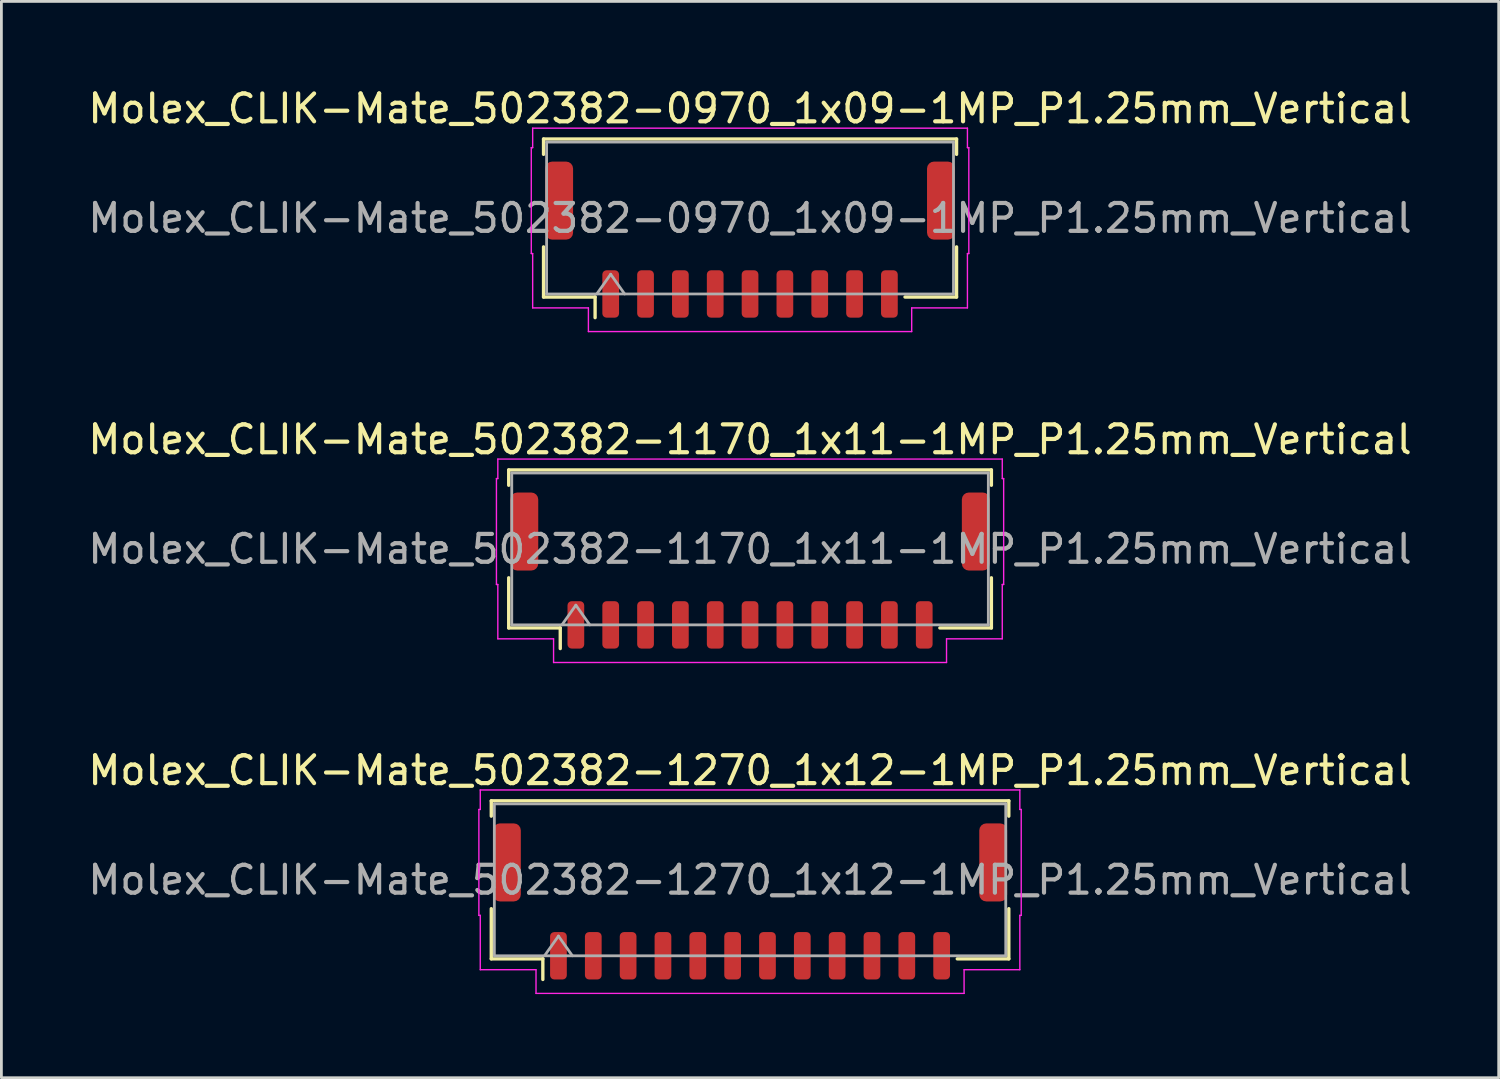
<source format=kicad_pcb>
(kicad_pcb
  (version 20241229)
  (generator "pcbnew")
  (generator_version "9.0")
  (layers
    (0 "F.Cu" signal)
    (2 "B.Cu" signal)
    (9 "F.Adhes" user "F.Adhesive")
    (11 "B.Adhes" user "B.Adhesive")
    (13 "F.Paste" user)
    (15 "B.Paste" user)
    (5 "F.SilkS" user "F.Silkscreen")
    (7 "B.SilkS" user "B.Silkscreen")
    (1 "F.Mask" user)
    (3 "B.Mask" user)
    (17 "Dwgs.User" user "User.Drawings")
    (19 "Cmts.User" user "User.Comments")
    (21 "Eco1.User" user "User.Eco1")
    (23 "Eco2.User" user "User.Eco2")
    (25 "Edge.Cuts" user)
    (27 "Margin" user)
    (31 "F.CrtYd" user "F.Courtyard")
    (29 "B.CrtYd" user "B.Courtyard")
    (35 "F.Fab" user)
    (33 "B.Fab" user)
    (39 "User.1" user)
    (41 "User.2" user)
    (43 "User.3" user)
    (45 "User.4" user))
  (footprint "Molex_CLIK-Mate_502382-1170_1x11-1MP_P1.25mm_Vertical"
    (layer "F.Cu")
    (at 23.863 17.422)
    (property "Reference" "Molex_CLIK-Mate_502382-1170_1x11-1MP_P1.25mm_Vertical" (at 0 -4.7 0) (layer "F.SilkS") (effects (font (size 1 1) (thickness 0.15))))
    (attr smd)
    (fp_line (start -8.66 -3.61) (end 8.66 -3.61) (stroke (width 0.12) (type solid)) (layer "F.SilkS"))
    (fp_line (start -8.66 -3.06) (end -8.66 -3.61) (stroke (width 0.12) (type solid)) (layer "F.SilkS"))
    (fp_line (start -8.66 0.26) (end -8.66 2.06) (stroke (width 0.12) (type solid)) (layer "F.SilkS"))
    (fp_line (start -8.66 2.06) (end -6.81 2.06) (stroke (width 0.12) (type solid)) (layer "F.SilkS"))
    (fp_line (start -6.81 2.06) (end -6.81 2.8) (stroke (width 0.12) (type solid)) (layer "F.SilkS"))
    (fp_line (start 8.66 -3.61) (end 8.66 -3.06) (stroke (width 0.12) (type solid)) (layer "F.SilkS"))
    (fp_line (start 8.66 0.26) (end 8.66 2.06) (stroke (width 0.12) (type solid)) (layer "F.SilkS"))
    (fp_line (start 8.66 2.06) (end 6.81 2.06) (stroke (width 0.12) (type solid)) (layer "F.SilkS"))
    (fp_line (start -9.1 -3.3) (end -9.05 -3.3) (stroke (width 0.05) (type solid)) (layer "F.CrtYd"))
    (fp_line (start -9.1 0.5) (end -9.1 -3.3) (stroke (width 0.05) (type solid)) (layer "F.CrtYd"))
    (fp_line (start -9.05 -4) (end 9.05 -4) (stroke (width 0.05) (type solid)) (layer "F.CrtYd"))
    (fp_line (start -9.05 -3.3) (end -9.05 -4) (stroke (width 0.05) (type solid)) (layer "F.CrtYd"))
    (fp_line (start -9.05 0.5) (end -9.1 0.5) (stroke (width 0.05) (type solid)) (layer "F.CrtYd"))
    (fp_line (start -9.05 2.45) (end -9.05 0.5) (stroke (width 0.05) (type solid)) (layer "F.CrtYd"))
    (fp_line (start -7.05 2.45) (end -9.05 2.45) (stroke (width 0.05) (type solid)) (layer "F.CrtYd"))
    (fp_line (start -7.05 3.3) (end -7.05 2.45) (stroke (width 0.05) (type solid)) (layer "F.CrtYd"))
    (fp_line (start 7.05 2.45) (end 7.05 3.3) (stroke (width 0.05) (type solid)) (layer "F.CrtYd"))
    (fp_line (start 7.05 3.3) (end -7.05 3.3) (stroke (width 0.05) (type solid)) (layer "F.CrtYd"))
    (fp_line (start 9.05 -4) (end 9.05 -3.3) (stroke (width 0.05) (type solid)) (layer "F.CrtYd"))
    (fp_line (start 9.05 -3.3) (end 9.1 -3.3) (stroke (width 0.05) (type solid)) (layer "F.CrtYd"))
    (fp_line (start 9.05 0.5) (end 9.05 2.45) (stroke (width 0.05) (type solid)) (layer "F.CrtYd"))
    (fp_line (start 9.05 2.45) (end 7.05 2.45) (stroke (width 0.05) (type solid)) (layer "F.CrtYd"))
    (fp_line (start 9.1 -3.3) (end 9.1 0.5) (stroke (width 0.05) (type solid)) (layer "F.CrtYd"))
    (fp_line (start 9.1 0.5) (end 9.05 0.5) (stroke (width 0.05) (type solid)) (layer "F.CrtYd"))
    (fp_line (start -8.55 -3.5) (end 8.55 -3.5) (stroke (width 0.1) (type solid)) (layer "F.Fab"))
    (fp_line (start -8.55 1.95) (end -8.55 -3.5) (stroke (width 0.1) (type solid)) (layer "F.Fab"))
    (fp_line (start -8.55 1.95) (end 8.55 1.95) (stroke (width 0.1) (type solid)) (layer "F.Fab"))
    (fp_line (start -6.75 1.95) (end -6.25 1.243) (stroke (width 0.1) (type solid)) (layer "F.Fab"))
    (fp_line (start -6.25 1.243) (end -5.75 1.95) (stroke (width 0.1) (type solid)) (layer "F.Fab"))
    (fp_line (start 8.55 1.95) (end 8.55 -3.5) (stroke (width 0.1) (type solid)) (layer "F.Fab"))
    (fp_text user "${REFERENCE}" (at 0 -0.77 0) (layer "F.Fab") (effects (font (size 1 1) (thickness 0.15))))
    (pad "1" smd roundrect (at -6.25 1.95) (size 0.6 1.7) (layers "F.Cu" "F.Mask" "F.Paste") (roundrect_rratio 0.25))
    (pad "2" smd roundrect (at -5 1.95) (size 0.6 1.7) (layers "F.Cu" "F.Mask" "F.Paste") (roundrect_rratio 0.25))
    (pad "3" smd roundrect (at -3.75 1.95) (size 0.6 1.7) (layers "F.Cu" "F.Mask" "F.Paste") (roundrect_rratio 0.25))
    (pad "4" smd roundrect (at -2.5 1.95) (size 0.6 1.7) (layers "F.Cu" "F.Mask" "F.Paste") (roundrect_rratio 0.25))
    (pad "5" smd roundrect (at -1.25 1.95) (size 0.6 1.7) (layers "F.Cu" "F.Mask" "F.Paste") (roundrect_rratio 0.25))
    (pad "6" smd roundrect (at 0 1.95) (size 0.6 1.7) (layers "F.Cu" "F.Mask" "F.Paste") (roundrect_rratio 0.25))
    (pad "7" smd roundrect (at 1.25 1.95) (size 0.6 1.7) (layers "F.Cu" "F.Mask" "F.Paste") (roundrect_rratio 0.25))
    (pad "8" smd roundrect (at 2.5 1.95) (size 0.6 1.7) (layers "F.Cu" "F.Mask" "F.Paste") (roundrect_rratio 0.25))
    (pad "9" smd roundrect (at 3.75 1.95) (size 0.6 1.7) (layers "F.Cu" "F.Mask" "F.Paste") (roundrect_rratio 0.25))
    (pad "10" smd roundrect (at 5 1.95) (size 0.6 1.7) (layers "F.Cu" "F.Mask" "F.Paste") (roundrect_rratio 0.25))
    (pad "11" smd roundrect (at 6.25 1.95) (size 0.6 1.7) (layers "F.Cu" "F.Mask" "F.Paste") (roundrect_rratio 0.25))
    (pad "MP" smd roundrect (at -8.1 -1.4) (size 1 2.8) (layers "F.Cu" "F.Mask" "F.Paste") (roundrect_rratio 0.25))
    (pad "MP" smd roundrect (at 8.1 -1.4) (size 1 2.8) (layers "F.Cu" "F.Mask" "F.Paste") (roundrect_rratio 0.25)))
  (footprint "Molex_CLIK-Mate_502382-0970_1x09-1MP_P1.25mm_Vertical"
    (layer "F.Cu")
    (at 23.863 5.548)
    (property "Reference" "Molex_CLIK-Mate_502382-0970_1x09-1MP_P1.25mm_Vertical" (at 0 -4.7 0) (layer "F.SilkS") (effects (font (size 1 1) (thickness 0.15))))
    (attr smd)
    (fp_line (start -7.41 -3.61) (end 7.41 -3.61) (stroke (width 0.12) (type solid)) (layer "F.SilkS"))
    (fp_line (start -7.41 -3.06) (end -7.41 -3.61) (stroke (width 0.12) (type solid)) (layer "F.SilkS"))
    (fp_line (start -7.41 0.26) (end -7.41 2.06) (stroke (width 0.12) (type solid)) (layer "F.SilkS"))
    (fp_line (start -7.41 2.06) (end -5.56 2.06) (stroke (width 0.12) (type solid)) (layer "F.SilkS"))
    (fp_line (start -5.56 2.06) (end -5.56 2.8) (stroke (width 0.12) (type solid)) (layer "F.SilkS"))
    (fp_line (start 7.41 -3.61) (end 7.41 -3.06) (stroke (width 0.12) (type solid)) (layer "F.SilkS"))
    (fp_line (start 7.41 0.26) (end 7.41 2.06) (stroke (width 0.12) (type solid)) (layer "F.SilkS"))
    (fp_line (start 7.41 2.06) (end 5.56 2.06) (stroke (width 0.12) (type solid)) (layer "F.SilkS"))
    (fp_line (start -7.85 -3.3) (end -7.8 -3.3) (stroke (width 0.05) (type solid)) (layer "F.CrtYd"))
    (fp_line (start -7.85 0.5) (end -7.85 -3.3) (stroke (width 0.05) (type solid)) (layer "F.CrtYd"))
    (fp_line (start -7.8 -4) (end 7.8 -4) (stroke (width 0.05) (type solid)) (layer "F.CrtYd"))
    (fp_line (start -7.8 -3.3) (end -7.8 -4) (stroke (width 0.05) (type solid)) (layer "F.CrtYd"))
    (fp_line (start -7.8 0.5) (end -7.85 0.5) (stroke (width 0.05) (type solid)) (layer "F.CrtYd"))
    (fp_line (start -7.8 2.45) (end -7.8 0.5) (stroke (width 0.05) (type solid)) (layer "F.CrtYd"))
    (fp_line (start -5.8 2.45) (end -7.8 2.45) (stroke (width 0.05) (type solid)) (layer "F.CrtYd"))
    (fp_line (start -5.8 3.3) (end -5.8 2.45) (stroke (width 0.05) (type solid)) (layer "F.CrtYd"))
    (fp_line (start 5.8 2.45) (end 5.8 3.3) (stroke (width 0.05) (type solid)) (layer "F.CrtYd"))
    (fp_line (start 5.8 3.3) (end -5.8 3.3) (stroke (width 0.05) (type solid)) (layer "F.CrtYd"))
    (fp_line (start 7.8 -4) (end 7.8 -3.3) (stroke (width 0.05) (type solid)) (layer "F.CrtYd"))
    (fp_line (start 7.8 -3.3) (end 7.85 -3.3) (stroke (width 0.05) (type solid)) (layer "F.CrtYd"))
    (fp_line (start 7.8 0.5) (end 7.8 2.45) (stroke (width 0.05) (type solid)) (layer "F.CrtYd"))
    (fp_line (start 7.8 2.45) (end 5.8 2.45) (stroke (width 0.05) (type solid)) (layer "F.CrtYd"))
    (fp_line (start 7.85 -3.3) (end 7.85 0.5) (stroke (width 0.05) (type solid)) (layer "F.CrtYd"))
    (fp_line (start 7.85 0.5) (end 7.8 0.5) (stroke (width 0.05) (type solid)) (layer "F.CrtYd"))
    (fp_line (start -7.3 -3.5) (end 7.3 -3.5) (stroke (width 0.1) (type solid)) (layer "F.Fab"))
    (fp_line (start -7.3 1.95) (end -7.3 -3.5) (stroke (width 0.1) (type solid)) (layer "F.Fab"))
    (fp_line (start -7.3 1.95) (end 7.3 1.95) (stroke (width 0.1) (type solid)) (layer "F.Fab"))
    (fp_line (start -5.5 1.95) (end -5 1.243) (stroke (width 0.1) (type solid)) (layer "F.Fab"))
    (fp_line (start -5 1.243) (end -4.5 1.95) (stroke (width 0.1) (type solid)) (layer "F.Fab"))
    (fp_line (start 7.3 1.95) (end 7.3 -3.5) (stroke (width 0.1) (type solid)) (layer "F.Fab"))
    (fp_text user "${REFERENCE}" (at 0 -0.77 0) (layer "F.Fab") (effects (font (size 1 1) (thickness 0.15))))
    (pad "1" smd roundrect (at -5 1.95) (size 0.6 1.7) (layers "F.Cu" "F.Mask" "F.Paste") (roundrect_rratio 0.25))
    (pad "2" smd roundrect (at -3.75 1.95) (size 0.6 1.7) (layers "F.Cu" "F.Mask" "F.Paste") (roundrect_rratio 0.25))
    (pad "3" smd roundrect (at -2.5 1.95) (size 0.6 1.7) (layers "F.Cu" "F.Mask" "F.Paste") (roundrect_rratio 0.25))
    (pad "4" smd roundrect (at -1.25 1.95) (size 0.6 1.7) (layers "F.Cu" "F.Mask" "F.Paste") (roundrect_rratio 0.25))
    (pad "5" smd roundrect (at 0 1.95) (size 0.6 1.7) (layers "F.Cu" "F.Mask" "F.Paste") (roundrect_rratio 0.25))
    (pad "6" smd roundrect (at 1.25 1.95) (size 0.6 1.7) (layers "F.Cu" "F.Mask" "F.Paste") (roundrect_rratio 0.25))
    (pad "7" smd roundrect (at 2.5 1.95) (size 0.6 1.7) (layers "F.Cu" "F.Mask" "F.Paste") (roundrect_rratio 0.25))
    (pad "8" smd roundrect (at 3.75 1.95) (size 0.6 1.7) (layers "F.Cu" "F.Mask" "F.Paste") (roundrect_rratio 0.25))
    (pad "9" smd roundrect (at 5 1.95) (size 0.6 1.7) (layers "F.Cu" "F.Mask" "F.Paste") (roundrect_rratio 0.25))
    (pad "MP" smd roundrect (at -6.85 -1.4) (size 1 2.8) (layers "F.Cu" "F.Mask" "F.Paste") (roundrect_rratio 0.25))
    (pad "MP" smd roundrect (at 6.85 -1.4) (size 1 2.8) (layers "F.Cu" "F.Mask" "F.Paste") (roundrect_rratio 0.25)))
  (footprint "Molex_CLIK-Mate_502382-1270_1x12-1MP_P1.25mm_Vertical"
    (layer "F.Cu")
    (at 23.863 29.295)
    (property "Reference" "Molex_CLIK-Mate_502382-1270_1x12-1MP_P1.25mm_Vertical" (at 0 -4.7 0) (layer "F.SilkS") (effects (font (size 1 1) (thickness 0.15))))
    (attr smd)
    (fp_line (start -9.285 -3.61) (end 9.285 -3.61) (stroke (width 0.12) (type solid)) (layer "F.SilkS"))
    (fp_line (start -9.285 -3.06) (end -9.285 -3.61) (stroke (width 0.12) (type solid)) (layer "F.SilkS"))
    (fp_line (start -9.285 0.26) (end -9.285 2.06) (stroke (width 0.12) (type solid)) (layer "F.SilkS"))
    (fp_line (start -9.285 2.06) (end -7.435 2.06) (stroke (width 0.12) (type solid)) (layer "F.SilkS"))
    (fp_line (start -7.435 2.06) (end -7.435 2.8) (stroke (width 0.12) (type solid)) (layer "F.SilkS"))
    (fp_line (start 9.285 -3.61) (end 9.285 -3.06) (stroke (width 0.12) (type solid)) (layer "F.SilkS"))
    (fp_line (start 9.285 0.26) (end 9.285 2.06) (stroke (width 0.12) (type solid)) (layer "F.SilkS"))
    (fp_line (start 9.285 2.06) (end 7.435 2.06) (stroke (width 0.12) (type solid)) (layer "F.SilkS"))
    (fp_line (start -9.73 -3.3) (end -9.68 -3.3) (stroke (width 0.05) (type solid)) (layer "F.CrtYd"))
    (fp_line (start -9.73 0.5) (end -9.73 -3.3) (stroke (width 0.05) (type solid)) (layer "F.CrtYd"))
    (fp_line (start -9.68 -4) (end 9.68 -4) (stroke (width 0.05) (type solid)) (layer "F.CrtYd"))
    (fp_line (start -9.68 -3.3) (end -9.68 -4) (stroke (width 0.05) (type solid)) (layer "F.CrtYd"))
    (fp_line (start -9.68 0.5) (end -9.73 0.5) (stroke (width 0.05) (type solid)) (layer "F.CrtYd"))
    (fp_line (start -9.68 2.45) (end -9.68 0.5) (stroke (width 0.05) (type solid)) (layer "F.CrtYd"))
    (fp_line (start -7.68 2.45) (end -9.68 2.45) (stroke (width 0.05) (type solid)) (layer "F.CrtYd"))
    (fp_line (start -7.68 3.3) (end -7.68 2.45) (stroke (width 0.05) (type solid)) (layer "F.CrtYd"))
    (fp_line (start 7.68 2.45) (end 7.68 3.3) (stroke (width 0.05) (type solid)) (layer "F.CrtYd"))
    (fp_line (start 7.68 3.3) (end -7.68 3.3) (stroke (width 0.05) (type solid)) (layer "F.CrtYd"))
    (fp_line (start 9.68 -4) (end 9.68 -3.3) (stroke (width 0.05) (type solid)) (layer "F.CrtYd"))
    (fp_line (start 9.68 -3.3) (end 9.73 -3.3) (stroke (width 0.05) (type solid)) (layer "F.CrtYd"))
    (fp_line (start 9.68 0.5) (end 9.68 2.45) (stroke (width 0.05) (type solid)) (layer "F.CrtYd"))
    (fp_line (start 9.68 2.45) (end 7.68 2.45) (stroke (width 0.05) (type solid)) (layer "F.CrtYd"))
    (fp_line (start 9.73 -3.3) (end 9.73 0.5) (stroke (width 0.05) (type solid)) (layer "F.CrtYd"))
    (fp_line (start 9.73 0.5) (end 9.68 0.5) (stroke (width 0.05) (type solid)) (layer "F.CrtYd"))
    (fp_line (start -9.175 -3.5) (end 9.175 -3.5) (stroke (width 0.1) (type solid)) (layer "F.Fab"))
    (fp_line (start -9.175 1.95) (end -9.175 -3.5) (stroke (width 0.1) (type solid)) (layer "F.Fab"))
    (fp_line (start -9.175 1.95) (end 9.175 1.95) (stroke (width 0.1) (type solid)) (layer "F.Fab"))
    (fp_line (start -7.375 1.95) (end -6.875 1.243) (stroke (width 0.1) (type solid)) (layer "F.Fab"))
    (fp_line (start -6.875 1.243) (end -6.375 1.95) (stroke (width 0.1) (type solid)) (layer "F.Fab"))
    (fp_line (start 9.175 1.95) (end 9.175 -3.5) (stroke (width 0.1) (type solid)) (layer "F.Fab"))
    (fp_text user "${REFERENCE}" (at 0 -0.77 0) (layer "F.Fab") (effects (font (size 1 1) (thickness 0.15))))
    (pad "1" smd roundrect (at -6.875 1.95) (size 0.6 1.7) (layers "F.Cu" "F.Mask" "F.Paste") (roundrect_rratio 0.25))
    (pad "2" smd roundrect (at -5.625 1.95) (size 0.6 1.7) (layers "F.Cu" "F.Mask" "F.Paste") (roundrect_rratio 0.25))
    (pad "3" smd roundrect (at -4.375 1.95) (size 0.6 1.7) (layers "F.Cu" "F.Mask" "F.Paste") (roundrect_rratio 0.25))
    (pad "4" smd roundrect (at -3.125 1.95) (size 0.6 1.7) (layers "F.Cu" "F.Mask" "F.Paste") (roundrect_rratio 0.25))
    (pad "5" smd roundrect (at -1.875 1.95) (size 0.6 1.7) (layers "F.Cu" "F.Mask" "F.Paste") (roundrect_rratio 0.25))
    (pad "6" smd roundrect (at -0.625 1.95) (size 0.6 1.7) (layers "F.Cu" "F.Mask" "F.Paste") (roundrect_rratio 0.25))
    (pad "7" smd roundrect (at 0.625 1.95) (size 0.6 1.7) (layers "F.Cu" "F.Mask" "F.Paste") (roundrect_rratio 0.25))
    (pad "8" smd roundrect (at 1.875 1.95) (size 0.6 1.7) (layers "F.Cu" "F.Mask" "F.Paste") (roundrect_rratio 0.25))
    (pad "9" smd roundrect (at 3.125 1.95) (size 0.6 1.7) (layers "F.Cu" "F.Mask" "F.Paste") (roundrect_rratio 0.25))
    (pad "10" smd roundrect (at 4.375 1.95) (size 0.6 1.7) (layers "F.Cu" "F.Mask" "F.Paste") (roundrect_rratio 0.25))
    (pad "11" smd roundrect (at 5.625 1.95) (size 0.6 1.7) (layers "F.Cu" "F.Mask" "F.Paste") (roundrect_rratio 0.25))
    (pad "12" smd roundrect (at 6.875 1.95) (size 0.6 1.7) (layers "F.Cu" "F.Mask" "F.Paste") (roundrect_rratio 0.25))
    (pad "MP" smd roundrect (at -8.725 -1.4) (size 1 2.8) (layers "F.Cu" "F.Mask" "F.Paste") (roundrect_rratio 0.25))
    (pad "MP" smd roundrect (at 8.725 -1.4) (size 1 2.8) (layers "F.Cu" "F.Mask" "F.Paste") (roundrect_rratio 0.25)))
  (gr_rect
    (start -3 -3)
    (end 50.726 35.62)
    (stroke (width 0.1) (type default))
    (fill no)
    (layer "Edge.Cuts")))
</source>
